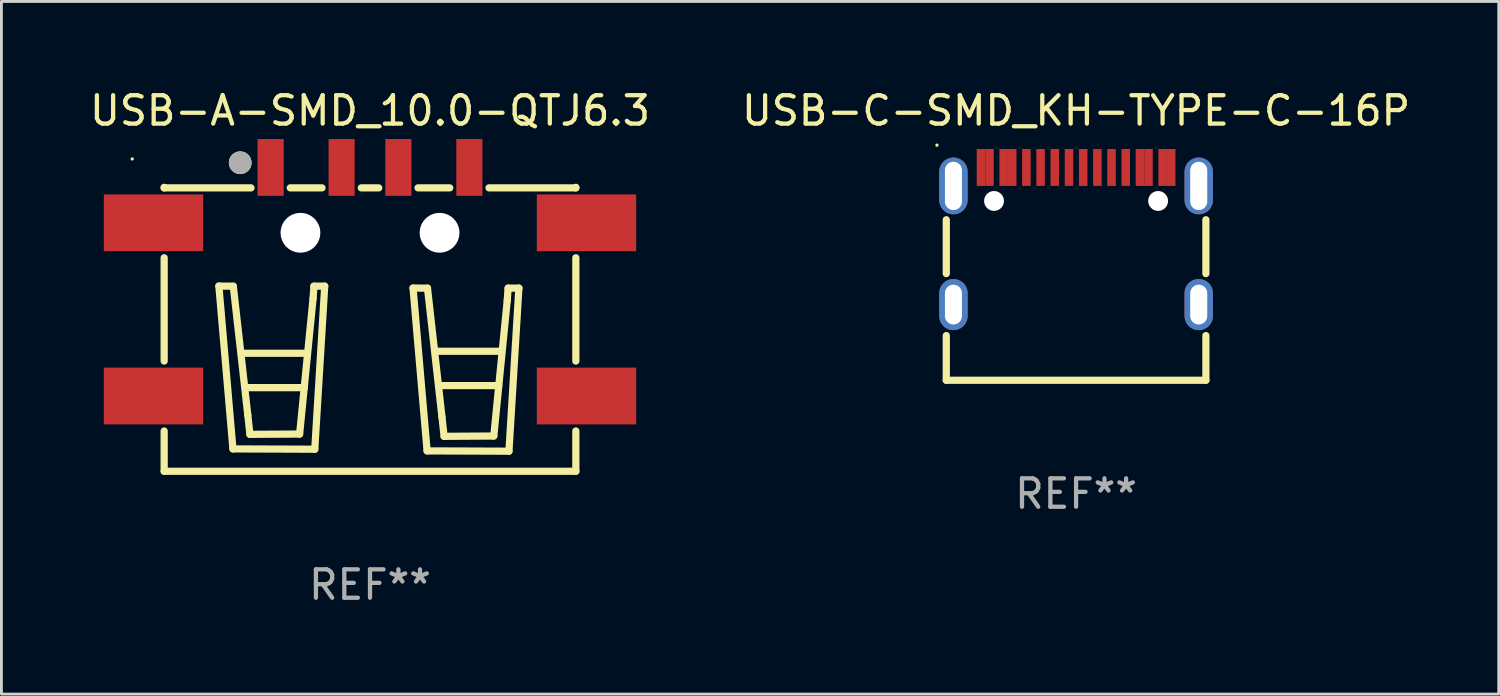
<source format=kicad_pcb>
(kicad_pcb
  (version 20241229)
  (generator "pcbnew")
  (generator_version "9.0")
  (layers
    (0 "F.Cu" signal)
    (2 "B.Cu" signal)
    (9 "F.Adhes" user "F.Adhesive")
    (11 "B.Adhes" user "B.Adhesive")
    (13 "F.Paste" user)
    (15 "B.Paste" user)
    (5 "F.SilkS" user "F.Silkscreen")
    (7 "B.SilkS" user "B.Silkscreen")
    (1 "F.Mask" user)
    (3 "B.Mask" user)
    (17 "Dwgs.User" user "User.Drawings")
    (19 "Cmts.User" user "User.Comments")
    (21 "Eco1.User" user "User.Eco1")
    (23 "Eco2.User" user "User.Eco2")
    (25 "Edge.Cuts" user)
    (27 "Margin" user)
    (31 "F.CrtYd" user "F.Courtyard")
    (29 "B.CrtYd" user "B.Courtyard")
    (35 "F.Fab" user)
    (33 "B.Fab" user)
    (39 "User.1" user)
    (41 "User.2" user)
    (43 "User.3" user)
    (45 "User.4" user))
  (footprint "USB-C-SMD_KH-TYPE-C-16P"
    (layer "F.Cu")
    (at 34.851 5.263)
    (property "Reference" "USB-C-SMD_KH-TYPE-C-16P" (at -0.000025 -4.415 0) (layer "F.SilkS") (effects (font (size 1 1) (thickness 0.15))))
    (attr through_hole)
    (fp_line (start -4.572 -0.573) (end -4.572 1.323) (stroke (width 0.254) (type solid)) (layer "F.SilkS"))
    (fp_line (start -4.572 3.507) (end -4.572 5.08) (stroke (width 0.254) (type solid)) (layer "F.SilkS"))
    (fp_line (start -4.572 5.08) (end 4.572 5.08) (stroke (width 0.254) (type solid)) (layer "F.SilkS"))
    (fp_line (start 4.572 1.323) (end 4.572 -0.573) (stroke (width 0.254) (type solid)) (layer "F.SilkS"))
    (fp_line (start 4.572 5.08) (end 4.572 3.507) (stroke (width 0.254) (type solid)) (layer "F.SilkS"))
    (fp_circle (center -4.9 -3.2) (end -4.87 -3.2) (stroke (width 0.06) (type solid)) (fill no) (layer "F.SilkS"))
    (fp_circle (center -2.89 -1.235) (end -2.765 -1.235) (stroke (width 0.25) (type solid)) (fill no) (layer "F.Fab"))
    (fp_circle (center 2.89 -1.235) (end 3.015 -1.235) (stroke (width 0.25) (type solid)) (fill no) (layer "F.Fab"))
    (fp_text user "REF**" (at -0.000025 9.08 0) (layer "F.Fab") (effects (font (size 1 1) (thickness 0.15))))
    (pad "" np_thru_hole circle (at -2.89 -1.235) (size 0.7 0.7) (drill 0.7) (layers "*.Cu" "*.Mask"))
    (pad "" np_thru_hole circle (at 2.89 -1.235) (size 0.7 0.7) (drill 0.7) (layers "*.Cu" "*.Mask"))
    (pad "1" thru_hole oval (at -4.32 -1.765) (size 1 2) (drill oval 0.6 1.7) (layers "*.Cu" "*.Mask"))
    (pad "2" thru_hole oval (at 4.32 -1.765) (size 1 2) (drill oval 0.6 1.7) (layers "*.Cu" "*.Mask"))
    (pad "3" thru_hole oval (at -4.32 2.415) (size 1 1.8) (drill oval 0.6 1.4) (layers "*.Cu" "*.Mask"))
    (pad "4" thru_hole oval (at 4.32 2.415) (size 1 1.8) (drill oval 0.6 1.4) (layers "*.Cu" "*.Mask"))
    (pad "A1" smd rect (at -3.35 -2.415) (size 0.3 1.3) (layers "F.Cu" "F.Mask" "F.Paste"))
    (pad "A4" smd rect (at -2.55 -2.415) (size 0.3 1.3) (layers "F.Cu" "F.Mask" "F.Paste"))
    (pad "A5" smd rect (at -1.25 -2.415) (size 0.3 1.3) (layers "F.Cu" "F.Mask" "F.Paste"))
    (pad "A6" smd rect (at -0.25 -2.415) (size 0.3 1.3) (layers "F.Cu" "F.Mask" "F.Paste"))
    (pad "A7" smd rect (at 0.25 -2.415) (size 0.3 1.3) (layers "F.Cu" "F.Mask" "F.Paste"))
    (pad "A8" smd rect (at 1.25 -2.415) (size 0.3 1.3) (layers "F.Cu" "F.Mask" "F.Paste"))
    (pad "A9" smd rect (at 2.55 -2.415 180) (size 0.3 1.3) (layers "F.Cu" "F.Mask" "F.Paste"))
    (pad "A12" smd rect (at 3.35 -2.415) (size 0.3 1.3) (layers "F.Cu" "F.Mask" "F.Paste"))
    (pad "B1" smd rect (at 3.05 -2.415) (size 0.3 1.3) (layers "F.Cu" "F.Mask" "F.Paste"))
    (pad "B4" smd rect (at 2.25 -2.415 180) (size 0.3 1.3) (layers "F.Cu" "F.Mask" "F.Paste"))
    (pad "B5" smd rect (at 1.75 -2.415) (size 0.3 1.3) (layers "F.Cu" "F.Mask" "F.Paste"))
    (pad "B6" smd rect (at 0.75 -2.415) (size 0.3 1.3) (layers "F.Cu" "F.Mask" "F.Paste"))
    (pad "B7" smd rect (at -0.75 -2.415) (size 0.3 1.3) (layers "F.Cu" "F.Mask" "F.Paste"))
    (pad "B8" smd rect (at -1.75 -2.415) (size 0.3 1.3) (layers "F.Cu" "F.Mask" "F.Paste"))
    (pad "B9" smd rect (at -2.25 -2.415) (size 0.3 1.3) (layers "F.Cu" "F.Mask" "F.Paste"))
    (pad "B12" smd rect (at -3.05 -2.415) (size 0.3 1.3) (layers "F.Cu" "F.Mask" "F.Paste")))
  (footprint "USB-A-SMD_10.0-QTJ6.3"
    (layer "F.Cu")
    (at 9.982 6.873)
    (property "Reference" "USB-A-SMD_10.0-QTJ6.3" (at 0 -6.025 0) (layer "F.SilkS") (effects (font (size 1 1) (thickness 0.15))))
    (attr smd)
    (fp_line (start -7.25 -3.306) (end -7.25 -3.325) (stroke (width 0.254) (type solid)) (layer "F.SilkS"))
    (fp_line (start -7.25 -3.306) (end -4.191 -3.306) (stroke (width 0.254) (type solid)) (layer "F.SilkS"))
    (fp_line (start -7.25 2.794) (end -7.25 -0.844) (stroke (width 0.254) (type solid)) (layer "F.SilkS"))
    (fp_line (start -7.25 6.675) (end -7.25 5.256) (stroke (width 0.254) (type solid)) (layer "F.SilkS"))
    (fp_line (start -7.25 6.675) (end 7.25 6.675) (stroke (width 0.254) (type solid)) (layer "F.SilkS"))
    (fp_line (start -5.323 0.153) (end -4.815 0.157) (stroke (width 0.254) (type solid)) (layer "F.SilkS"))
    (fp_line (start -4.828 5.888) (end -5.323 0.153) (stroke (width 0.254) (type solid)) (layer "F.SilkS"))
    (fp_line (start -4.815 0.157) (end -4.304 4.697) (stroke (width 0.254) (type solid)) (layer "F.SilkS"))
    (fp_line (start -4.486 2.52) (end -2.226 2.52) (stroke (width 0.254) (type solid)) (layer "F.SilkS"))
    (fp_line (start -4.346 3.73) (end -2.316 3.73) (stroke (width 0.254) (type solid)) (layer "F.SilkS"))
    (fp_line (start -4.304 4.697) (end -4.229 5.375) (stroke (width 0.254) (type solid)) (layer "F.SilkS"))
    (fp_line (start -4.229 5.375) (end -2.479 5.365) (stroke (width 0.254) (type solid)) (layer "F.SilkS"))
    (fp_line (start -2.809 -3.306) (end -1.691 -3.306) (stroke (width 0.254) (type solid)) (layer "F.SilkS"))
    (fp_line (start -2.479 5.365) (end -2.005 0.586) (stroke (width 0.254) (type solid)) (layer "F.SilkS"))
    (fp_line (start -2.005 0.586) (end -1.975 0.156) (stroke (width 0.254) (type solid)) (layer "F.SilkS"))
    (fp_line (start -1.975 0.156) (end -1.595 0.156) (stroke (width 0.254) (type solid)) (layer "F.SilkS"))
    (fp_line (start -1.945 5.899) (end -4.828 5.888) (stroke (width 0.254) (type solid)) (layer "F.SilkS"))
    (fp_line (start -1.595 0.156) (end -1.945 5.899) (stroke (width 0.254) (type solid)) (layer "F.SilkS"))
    (fp_line (start -0.309 -3.306) (end 0.309 -3.306) (stroke (width 0.254) (type solid)) (layer "F.SilkS"))
    (fp_line (start 1.516 0.223) (end 2.025 0.226) (stroke (width 0.254) (type solid)) (layer "F.SilkS"))
    (fp_line (start 1.691 -3.306) (end 2.809 -3.306) (stroke (width 0.254) (type solid)) (layer "F.SilkS"))
    (fp_line (start 2.011 5.958) (end 1.516 0.223) (stroke (width 0.254) (type solid)) (layer "F.SilkS"))
    (fp_line (start 2.025 0.226) (end 2.535 4.767) (stroke (width 0.254) (type solid)) (layer "F.SilkS"))
    (fp_line (start 2.364 2.449) (end 4.624 2.449) (stroke (width 0.254) (type solid)) (layer "F.SilkS"))
    (fp_line (start 2.504 3.659) (end 4.534 3.659) (stroke (width 0.254) (type solid)) (layer "F.SilkS"))
    (fp_line (start 2.535 4.767) (end 2.61 5.445) (stroke (width 0.254) (type solid)) (layer "F.SilkS"))
    (fp_line (start 2.61 5.445) (end 4.36 5.434) (stroke (width 0.254) (type solid)) (layer "F.SilkS"))
    (fp_line (start 4.191 -3.306) (end 7.25 -3.306) (stroke (width 0.254) (type solid)) (layer "F.SilkS"))
    (fp_line (start 4.36 5.434) (end 4.834 0.656) (stroke (width 0.254) (type solid)) (layer "F.SilkS"))
    (fp_line (start 4.834 0.656) (end 4.864 0.226) (stroke (width 0.254) (type solid)) (layer "F.SilkS"))
    (fp_line (start 4.864 0.226) (end 5.244 0.226) (stroke (width 0.254) (type solid)) (layer "F.SilkS"))
    (fp_line (start 4.894 5.969) (end 2.011 5.958) (stroke (width 0.254) (type solid)) (layer "F.SilkS"))
    (fp_line (start 5.244 0.226) (end 4.894 5.969) (stroke (width 0.254) (type solid)) (layer "F.SilkS"))
    (fp_line (start 7.25 -3.306) (end 7.25 -3.325) (stroke (width 0.254) (type solid)) (layer "F.SilkS"))
    (fp_line (start 7.25 2.794) (end 7.25 -0.844) (stroke (width 0.254) (type solid)) (layer "F.SilkS"))
    (fp_line (start 7.25 6.675) (end 7.25 5.256) (stroke (width 0.254) (type solid)) (layer "F.SilkS"))
    (fp_circle (center -8.375 -4.325) (end -8.345 -4.325) (stroke (width 0.06) (type solid)) (fill no) (layer "F.SilkS"))
    (fp_circle (center -4.572 -4.191) (end -4.372 -4.191) (stroke (width 0.4) (type solid)) (fill no) (layer "F.SilkS"))
    (fp_circle (center -4.572 -4.191) (end -4.372 -4.191) (stroke (width 0.4) (type solid)) (fill no) (layer "F.Fab"))
    (fp_circle (center -2.45 -1.724) (end -2.2 -1.724) (stroke (width 0.5) (type solid)) (fill no) (layer "F.Fab"))
    (fp_circle (center 2.45 -1.724) (end 2.7 -1.724) (stroke (width 0.5) (type solid)) (fill no) (layer "F.Fab"))
    (fp_text user "REF**" (at 0 10.675 0) (layer "F.Fab") (effects (font (size 1 1) (thickness 0.15))))
    (pad "" np_thru_hole circle (at -2.45 -1.724) (size 1.4 1.4) (drill 1.4) (layers "*.Cu" "*.Mask"))
    (pad "" np_thru_hole circle (at 2.45 -1.724) (size 1.4 1.4) (drill 1.4) (layers "*.Cu" "*.Mask"))
    (pad "1" smd rect (at -3.5 -4.025) (size 0.92 2) (layers "F.Cu" "F.Mask" "F.Paste"))
    (pad "2" smd rect (at -1 -4.025) (size 0.92 2) (layers "F.Cu" "F.Mask" "F.Paste"))
    (pad "3" smd rect (at 1 -4.025) (size 0.92 2) (layers "F.Cu" "F.Mask" "F.Paste"))
    (pad "4" smd rect (at 3.5 -4.025) (size 0.92 2) (layers "F.Cu" "F.Mask" "F.Paste"))
    (pad "5" smd rect (at 7.625 -2.075 180) (size 3.5 2) (layers "F.Cu" "F.Mask" "F.Paste"))
    (pad "6" smd rect (at 7.625 4.025 180) (size 3.5 2) (layers "F.Cu" "F.Mask" "F.Paste"))
    (pad "7" smd rect (at -7.625 4.025 180) (size 3.5 2) (layers "F.Cu" "F.Mask" "F.Paste"))
    (pad "8" smd rect (at -7.625 -2.075 180) (size 3.5 2) (layers "F.Cu" "F.Mask" "F.Paste")))
  (gr_rect
    (start -3 -3)
    (end 49.738 21.397)
    (stroke (width 0.1) (type default))
    (fill no)
    (layer "Edge.Cuts")))
</source>
